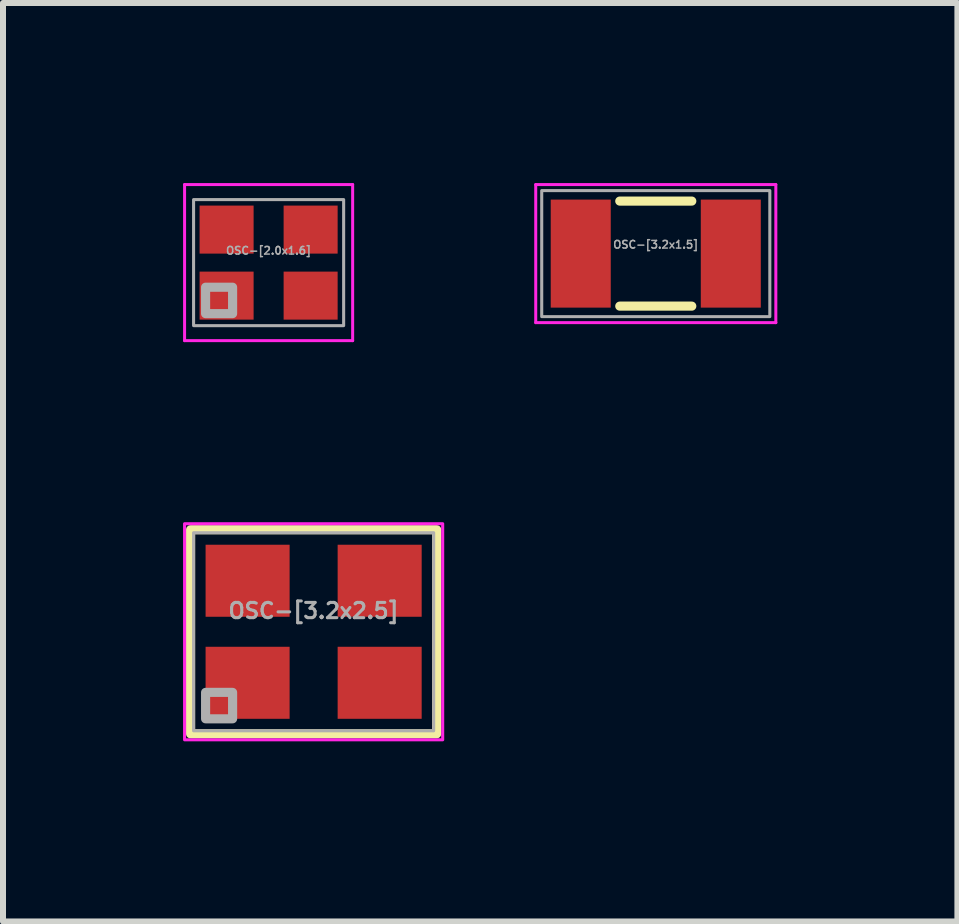
<source format=kicad_pcb>
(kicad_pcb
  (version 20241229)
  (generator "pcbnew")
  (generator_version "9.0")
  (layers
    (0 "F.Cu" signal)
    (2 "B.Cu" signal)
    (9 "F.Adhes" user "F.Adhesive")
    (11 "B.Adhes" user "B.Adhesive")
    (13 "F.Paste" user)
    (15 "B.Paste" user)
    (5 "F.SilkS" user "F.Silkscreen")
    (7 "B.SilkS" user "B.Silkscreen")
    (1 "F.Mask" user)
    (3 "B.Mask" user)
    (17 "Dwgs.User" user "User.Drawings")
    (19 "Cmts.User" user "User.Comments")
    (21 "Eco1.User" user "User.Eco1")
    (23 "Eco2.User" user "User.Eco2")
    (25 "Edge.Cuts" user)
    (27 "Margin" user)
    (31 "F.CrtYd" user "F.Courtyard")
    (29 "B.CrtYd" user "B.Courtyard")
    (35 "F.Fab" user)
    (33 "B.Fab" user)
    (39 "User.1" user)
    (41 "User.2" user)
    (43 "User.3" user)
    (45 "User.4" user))
  (footprint "OSC-[3.2x1.5]"
    (layer "F.Cu")
    (at 7.875 1.175)
    (property "Reference" "OSC-[3.2x1.5]" (at 0 -0.15 0) (layer "F.Fab") (effects (font (size 0.127 0.127) (thickness 0.025))))
    (attr smd)
    (fp_line (start -0.6 -0.875) (end 0.6 -0.875) (stroke (width 0.152) (type solid)) (layer "F.SilkS"))
    (fp_line (start -0.6 0.875) (end 0.6 0.875) (stroke (width 0.152) (type solid)) (layer "F.SilkS"))
    (fp_line (start -2 -1.15) (end -2 1.15) (stroke (width 0.05) (type solid)) (layer "F.CrtYd"))
    (fp_line (start -2 -1.15) (end 2 -1.15) (stroke (width 0.05) (type solid)) (layer "F.CrtYd"))
    (fp_line (start -2 1.15) (end 2 1.15) (stroke (width 0.05) (type solid)) (layer "F.CrtYd"))
    (fp_line (start 2 -1.15) (end 2 1.15) (stroke (width 0.05) (type solid)) (layer "F.CrtYd"))
    (fp_rect (start -1.9 -1.05) (end 1.9 1.05) (stroke (width 0.051) (type solid)) (fill no) (layer "F.Fab"))
    (pad "1" smd rect (at 1.25 0) (size 1 1.8) (layers "F.Cu" "F.Mask" "F.Paste"))
    (pad "2" smd rect (at -1.25 0) (size 1 1.8) (layers "F.Cu" "F.Mask" "F.Paste")))
  (footprint "OSC-[3.2x2.5]"
    (layer "F.Cu")
    (at 2.175 7.475)
    (property "Reference" "OSC-[3.2x2.5]" (at 0 -0.35 0) (layer "F.Fab") (effects (font (size 0.254 0.254) (thickness 0.051))))
    (attr smd)
    (fp_rect (start -2.05 -1.7) (end 2.05 1.7) (stroke (width 0.152) (type solid)) (fill no) (layer "F.SilkS"))
    (fp_rect (start 2.15 1.8) (end -2.15 -1.8) (stroke (width 0.051) (type solid)) (fill no) (layer "F.CrtYd"))
    (fp_rect (start -2 -1.65) (end 2 1.65) (stroke (width 0.051) (type solid)) (fill no) (layer "F.Fab"))
    (fp_rect (start -1.8 1.45) (end -1.35 1.01) (stroke (width 0.152) (type solid)) (fill no) (layer "F.Fab"))
    (pad "1" smd rect (at -1.1 0.85) (size 1.4 1.2) (layers "F.Cu" "F.Mask" "F.Paste"))
    (pad "2" smd rect (at 1.1 0.85) (size 1.4 1.2) (layers "F.Cu" "F.Mask" "F.Paste"))
    (pad "3" smd rect (at 1.1 -0.85) (size 1.4 1.2) (layers "F.Cu" "F.Mask" "F.Paste"))
    (pad "4" smd rect (at -1.1 -0.85) (size 1.4 1.2) (layers "F.Cu" "F.Mask" "F.Paste")))
  (footprint "OSC-[2.0x1.6]"
    (layer "F.Cu")
    (at 1.425 1.325)
    (property "Reference" "OSC-[2.0x1.6]" (at 0 -0.2 0) (layer "F.Fab") (effects (font (size 0.127 0.127) (thickness 0.025))))
    (attr smd)
    (fp_line (start -1.4 -1.3) (end -1.4 1.3) (stroke (width 0.05) (type solid)) (layer "F.CrtYd"))
    (fp_line (start -1.4 1.3) (end 1.4 1.3) (stroke (width 0.05) (type solid)) (layer "F.CrtYd"))
    (fp_line (start 1.4 -1.3) (end -1.4 -1.3) (stroke (width 0.05) (type solid)) (layer "F.CrtYd"))
    (fp_line (start 1.4 1.3) (end 1.4 -1.3) (stroke (width 0.05) (type solid)) (layer "F.CrtYd"))
    (fp_rect (start -1.25 -1.05) (end 1.25 1.05) (stroke (width 0.051) (type solid)) (fill no) (layer "F.Fab"))
    (fp_rect (start -1.05 0.85) (end -0.6 0.41) (stroke (width 0.152) (type solid)) (fill no) (layer "F.Fab"))
    (pad "1" smd rect (at -0.7 0.55) (size 0.9 0.8) (layers "F.Cu" "F.Mask" "F.Paste"))
    (pad "2" smd rect (at 0.7 0.55) (size 0.9 0.8) (layers "F.Cu" "F.Mask" "F.Paste"))
    (pad "3" smd rect (at 0.7 -0.55) (size 0.9 0.8) (layers "F.Cu" "F.Mask" "F.Paste"))
    (pad "4" smd rect (at -0.7 -0.55) (size 0.9 0.8) (layers "F.Cu" "F.Mask" "F.Paste")))
  (gr_rect
    (start -3 -3)
    (end 12.9 12.301)
    (stroke (width 0.1) (type default))
    (fill no)
    (layer "Edge.Cuts")))
</source>
